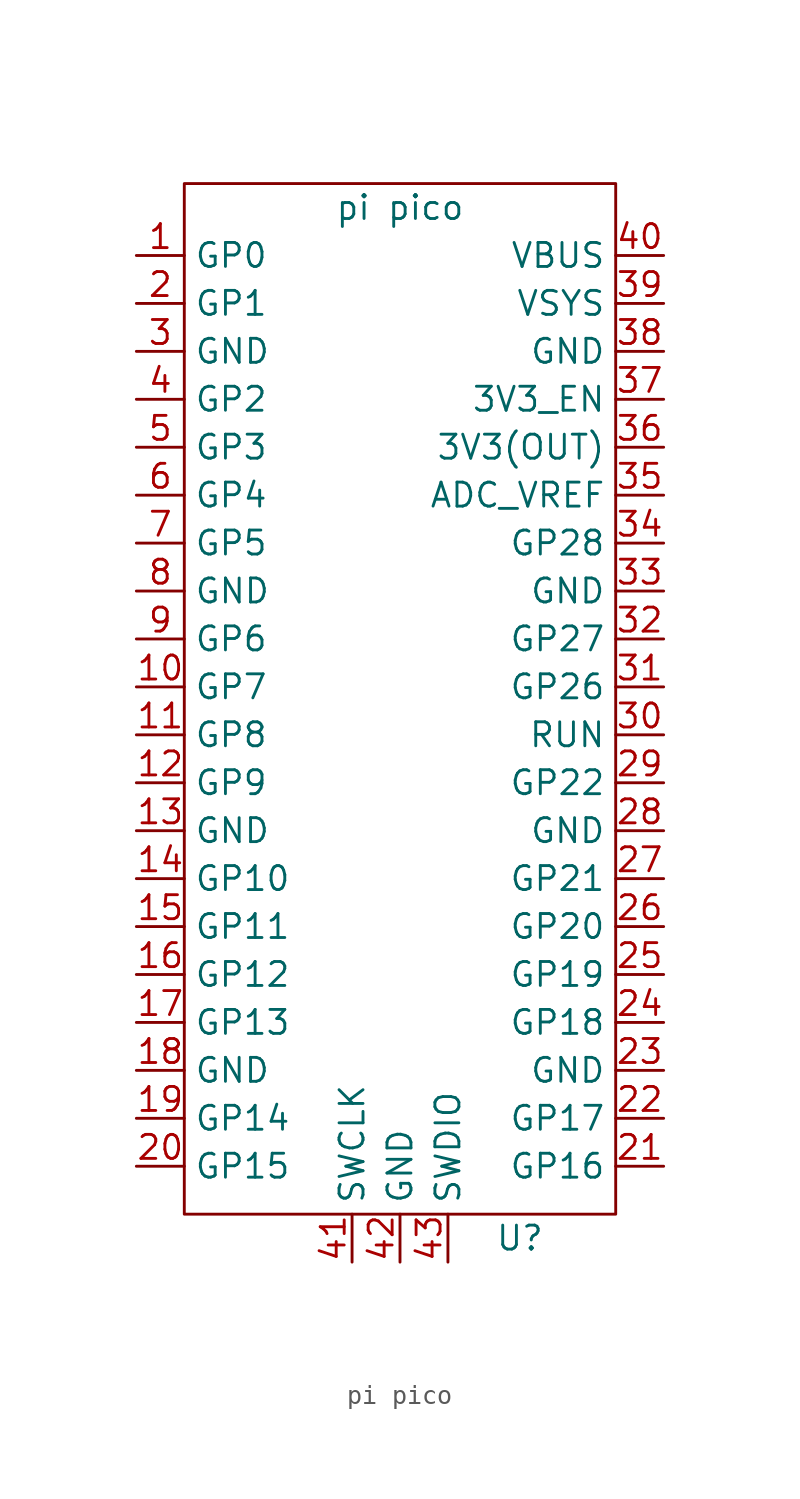
<source format=kicad_sym>
(kicad_symbol_lib
  (version 20211014)
  (generator kicad_symbol_editor)
  (symbol "pi pico"
    (property "Reference" "U"
      (at 6.35 -29.21 0)
      (effects (font (size 1.27 1.27))))
    (property "Value" "pi pico"
      (at 0 25.4 0)
      (effects (font (size 1.27 1.27))))
    (symbol "pi pico_0_1"
      (rectangle (start -11.43 26.67) (end 11.43 -27.94) (stroke (width 0) (type default) (color 0 0 0 0)) (fill (type none))))
    (symbol "pi pico_1_1"
      (pin bidirectional line (at -13.97 22.86 0) (length 2.54) (name "GP0" (effects (font (size 1.27 1.27)))) (number "1" (effects (font (size 1.27 1.27)))))
      (pin bidirectional line (at -13.97 0 0) (length 2.54) (name "GP7" (effects (font (size 1.27 1.27)))) (number "10" (effects (font (size 1.27 1.27)))))
      (pin bidirectional line (at -13.97 -2.54 0) (length 2.54) (name "GP8" (effects (font (size 1.27 1.27)))) (number "11" (effects (font (size 1.27 1.27)))))
      (pin bidirectional line (at -13.97 -5.08 0) (length 2.54) (name "GP9" (effects (font (size 1.27 1.27)))) (number "12" (effects (font (size 1.27 1.27)))))
      (pin power_in line (at -13.97 -7.62 0) (length 2.54) (name "GND" (effects (font (size 1.27 1.27)))) (number "13" (effects (font (size 1.27 1.27)))))
      (pin bidirectional line (at -13.97 -10.16 0) (length 2.54) (name "GP10" (effects (font (size 1.27 1.27)))) (number "14" (effects (font (size 1.27 1.27)))))
      (pin bidirectional line (at -13.97 -12.7 0) (length 2.54) (name "GP11" (effects (font (size 1.27 1.27)))) (number "15" (effects (font (size 1.27 1.27)))))
      (pin bidirectional line (at -13.97 -15.24 0) (length 2.54) (name "GP12" (effects (font (size 1.27 1.27)))) (number "16" (effects (font (size 1.27 1.27)))))
      (pin bidirectional line (at -13.97 -17.78 0) (length 2.54) (name "GP13" (effects (font (size 1.27 1.27)))) (number "17" (effects (font (size 1.27 1.27)))))
      (pin power_in line (at -13.97 -20.32 0) (length 2.54) (name "GND" (effects (font (size 1.27 1.27)))) (number "18" (effects (font (size 1.27 1.27)))))
      (pin bidirectional line (at -13.97 -22.86 0) (length 2.54) (name "GP14" (effects (font (size 1.27 1.27)))) (number "19" (effects (font (size 1.27 1.27)))))
      (pin bidirectional line (at -13.97 20.32 0) (length 2.54) (name "GP1" (effects (font (size 1.27 1.27)))) (number "2" (effects (font (size 1.27 1.27)))))
      (pin bidirectional line (at -13.97 -25.4 0) (length 2.54) (name "GP15" (effects (font (size 1.27 1.27)))) (number "20" (effects (font (size 1.27 1.27)))))
      (pin bidirectional line (at 13.97 -25.4 180) (length 2.54) (name "GP16" (effects (font (size 1.27 1.27)))) (number "21" (effects (font (size 1.27 1.27)))))
      (pin bidirectional line (at 13.97 -22.86 180) (length 2.54) (name "GP17" (effects (font (size 1.27 1.27)))) (number "22" (effects (font (size 1.27 1.27)))))
      (pin power_in line (at 13.97 -20.32 180) (length 2.54) (name "GND" (effects (font (size 1.27 1.27)))) (number "23" (effects (font (size 1.27 1.27)))))
      (pin bidirectional line (at 13.97 -17.78 180) (length 2.54) (name "GP18" (effects (font (size 1.27 1.27)))) (number "24" (effects (font (size 1.27 1.27)))))
      (pin bidirectional line (at 13.97 -15.24 180) (length 2.54) (name "GP19" (effects (font (size 1.27 1.27)))) (number "25" (effects (font (size 1.27 1.27)))))
      (pin bidirectional line (at 13.97 -12.7 180) (length 2.54) (name "GP20" (effects (font (size 1.27 1.27)))) (number "26" (effects (font (size 1.27 1.27)))))
      (pin bidirectional line (at 13.97 -10.16 180) (length 2.54) (name "GP21" (effects (font (size 1.27 1.27)))) (number "27" (effects (font (size 1.27 1.27)))))
      (pin power_in line (at 13.97 -7.62 180) (length 2.54) (name "GND" (effects (font (size 1.27 1.27)))) (number "28" (effects (font (size 1.27 1.27)))))
      (pin bidirectional line (at 13.97 -5.08 180) (length 2.54) (name "GP22" (effects (font (size 1.27 1.27)))) (number "29" (effects (font (size 1.27 1.27)))))
      (pin power_in line (at -13.97 17.78 0) (length 2.54) (name "GND" (effects (font (size 1.27 1.27)))) (number "3" (effects (font (size 1.27 1.27)))))
      (pin input line (at 13.97 -2.54 180) (length 2.54) (name "RUN" (effects (font (size 1.27 1.27)))) (number "30" (effects (font (size 1.27 1.27)))))
      (pin bidirectional line (at 13.97 0 180) (length 2.54) (name "GP26" (effects (font (size 1.27 1.27)))) (number "31" (effects (font (size 1.27 1.27)))))
      (pin bidirectional line (at 13.97 2.54 180) (length 2.54) (name "GP27" (effects (font (size 1.27 1.27)))) (number "32" (effects (font (size 1.27 1.27)))))
      (pin power_in line (at 13.97 5.08 180) (length 2.54) (name "GND" (effects (font (size 1.27 1.27)))) (number "33" (effects (font (size 1.27 1.27)))))
      (pin bidirectional line (at 13.97 7.62 180) (length 2.54) (name "GP28" (effects (font (size 1.27 1.27)))) (number "34" (effects (font (size 1.27 1.27)))))
      (pin input line (at 13.97 10.16 180) (length 2.54) (name "ADC_VREF" (effects (font (size 1.27 1.27)))) (number "35" (effects (font (size 1.27 1.27)))))
      (pin power_out line (at 13.97 12.7 180) (length 2.54) (name "3V3(OUT)" (effects (font (size 1.27 1.27)))) (number "36" (effects (font (size 1.27 1.27)))))
      (pin input line (at 13.97 15.24 180) (length 2.54) (name "3V3_EN" (effects (font (size 1.27 1.27)))) (number "37" (effects (font (size 1.27 1.27)))))
      (pin power_in line (at 13.97 17.78 180) (length 2.54) (name "GND" (effects (font (size 1.27 1.27)))) (number "38" (effects (font (size 1.27 1.27)))))
      (pin power_out line (at 13.97 20.32 180) (length 2.54) (name "VSYS" (effects (font (size 1.27 1.27)))) (number "39" (effects (font (size 1.27 1.27)))))
      (pin bidirectional line (at -13.97 15.24 0) (length 2.54) (name "GP2" (effects (font (size 1.27 1.27)))) (number "4" (effects (font (size 1.27 1.27)))))
      (pin power_out line (at 13.97 22.86 180) (length 2.54) (name "VBUS" (effects (font (size 1.27 1.27)))) (number "40" (effects (font (size 1.27 1.27)))))
      (pin bidirectional line (at -2.54 -30.48 90) (length 2.54) (name "SWCLK" (effects (font (size 1.27 1.27)))) (number "41" (effects (font (size 1.27 1.27)))))
      (pin power_in line (at 0 -30.48 90) (length 2.54) (name "GND" (effects (font (size 1.27 1.27)))) (number "42" (effects (font (size 1.27 1.27)))))
      (pin bidirectional line (at 2.54 -30.48 90) (length 2.54) (name "SWDIO" (effects (font (size 1.27 1.27)))) (number "43" (effects (font (size 1.27 1.27)))))
      (pin bidirectional line (at -13.97 12.7 0) (length 2.54) (name "GP3" (effects (font (size 1.27 1.27)))) (number "5" (effects (font (size 1.27 1.27)))))
      (pin bidirectional line (at -13.97 10.16 0) (length 2.54) (name "GP4" (effects (font (size 1.27 1.27)))) (number "6" (effects (font (size 1.27 1.27)))))
      (pin bidirectional line (at -13.97 7.62 0) (length 2.54) (name "GP5" (effects (font (size 1.27 1.27)))) (number "7" (effects (font (size 1.27 1.27)))))
      (pin power_in line (at -13.97 5.08 0) (length 2.54) (name "GND" (effects (font (size 1.27 1.27)))) (number "8" (effects (font (size 1.27 1.27)))))
      (pin bidirectional line (at -13.97 2.54 0) (length 2.54) (name "GP6" (effects (font (size 1.27 1.27)))) (number "9" (effects (font (size 1.27 1.27))))))))
</source>
